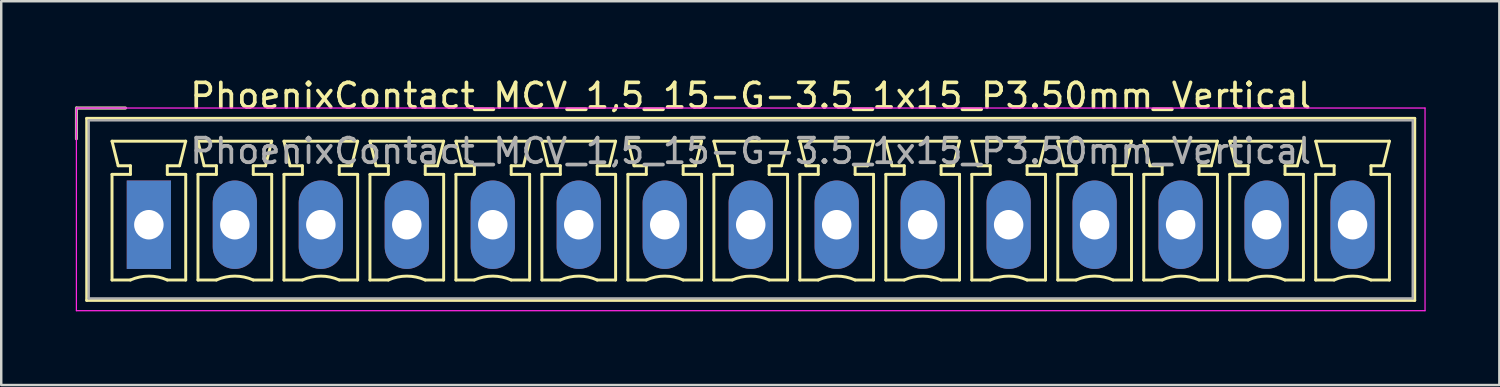
<source format=kicad_pcb>
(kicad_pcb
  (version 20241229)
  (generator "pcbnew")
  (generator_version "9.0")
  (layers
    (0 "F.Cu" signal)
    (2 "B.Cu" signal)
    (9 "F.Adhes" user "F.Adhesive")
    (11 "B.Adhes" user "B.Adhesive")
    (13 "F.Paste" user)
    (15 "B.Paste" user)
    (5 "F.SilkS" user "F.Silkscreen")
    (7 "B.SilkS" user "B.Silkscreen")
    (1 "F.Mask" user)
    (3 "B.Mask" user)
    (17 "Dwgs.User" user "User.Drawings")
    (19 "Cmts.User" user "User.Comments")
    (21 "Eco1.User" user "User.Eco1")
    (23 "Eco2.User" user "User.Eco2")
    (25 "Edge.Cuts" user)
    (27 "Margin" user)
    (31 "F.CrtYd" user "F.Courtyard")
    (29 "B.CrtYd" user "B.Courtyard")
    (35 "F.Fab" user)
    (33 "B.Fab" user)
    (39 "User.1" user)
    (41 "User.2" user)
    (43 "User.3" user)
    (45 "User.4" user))
  (footprint "PhoenixContact_MCV_1,5_15-G-3.5_1x15_P3.50mm_Vertical"
    (layer "F.Cu")
    (at 3.01 6.098)
    (property "Reference" "PhoenixContact_MCV_1,5_15-G-3.5_1x15_P3.50mm_Vertical" (at 24.5 -5.25 0) (layer "F.SilkS") (effects (font (size 1 1) (thickness 0.15))))
    (attr through_hole)
    (fp_line (start -2.95 -4.75) (end -0.95 -4.75) (stroke (width 0.12) (type solid)) (layer "F.SilkS"))
    (fp_line (start -2.95 -3.5) (end -2.95 -4.75) (stroke (width 0.12) (type solid)) (layer "F.SilkS"))
    (fp_line (start -2.53 -4.33) (end -2.53 3.08) (stroke (width 0.12) (type solid)) (layer "F.SilkS"))
    (fp_line (start -2.53 3.08) (end 51.53 3.08) (stroke (width 0.12) (type solid)) (layer "F.SilkS"))
    (fp_line (start -1.5 -3.4) (end 1.5 -3.4) (stroke (width 0.12) (type solid)) (layer "F.SilkS"))
    (fp_line (start -1.5 -2.05) (end -0.75 -2.05) (stroke (width 0.12) (type solid)) (layer "F.SilkS"))
    (fp_line (start -1.5 2.25) (end -1.5 -2.05) (stroke (width 0.12) (type solid)) (layer "F.SilkS"))
    (fp_line (start -1.25 -2.4) (end -1.5 -3.4) (stroke (width 0.12) (type solid)) (layer "F.SilkS"))
    (fp_line (start -0.75 -2.4) (end -1.25 -2.4) (stroke (width 0.12) (type solid)) (layer "F.SilkS"))
    (fp_line (start -0.75 -2.05) (end -0.75 -2.4) (stroke (width 0.12) (type solid)) (layer "F.SilkS"))
    (fp_line (start -0.75 2.25) (end -1.5 2.25) (stroke (width 0.12) (type solid)) (layer "F.SilkS"))
    (fp_line (start 0.75 -2.4) (end 0.75 -2.05) (stroke (width 0.12) (type solid)) (layer "F.SilkS"))
    (fp_line (start 0.75 -2.05) (end 1.5 -2.05) (stroke (width 0.12) (type solid)) (layer "F.SilkS"))
    (fp_line (start 1.25 -2.4) (end 0.75 -2.4) (stroke (width 0.12) (type solid)) (layer "F.SilkS"))
    (fp_line (start 1.5 -3.4) (end 1.25 -2.4) (stroke (width 0.12) (type solid)) (layer "F.SilkS"))
    (fp_line (start 1.5 -2.05) (end 1.5 2.25) (stroke (width 0.12) (type solid)) (layer "F.SilkS"))
    (fp_line (start 1.5 2.25) (end 0.75 2.25) (stroke (width 0.12) (type solid)) (layer "F.SilkS"))
    (fp_line (start 2 -3.4) (end 5 -3.4) (stroke (width 0.12) (type solid)) (layer "F.SilkS"))
    (fp_line (start 2 -2.05) (end 2.75 -2.05) (stroke (width 0.12) (type solid)) (layer "F.SilkS"))
    (fp_line (start 2 2.25) (end 2 -2.05) (stroke (width 0.12) (type solid)) (layer "F.SilkS"))
    (fp_line (start 2.25 -2.4) (end 2 -3.4) (stroke (width 0.12) (type solid)) (layer "F.SilkS"))
    (fp_line (start 2.75 -2.4) (end 2.25 -2.4) (stroke (width 0.12) (type solid)) (layer "F.SilkS"))
    (fp_line (start 2.75 -2.05) (end 2.75 -2.4) (stroke (width 0.12) (type solid)) (layer "F.SilkS"))
    (fp_line (start 2.75 2.25) (end 2 2.25) (stroke (width 0.12) (type solid)) (layer "F.SilkS"))
    (fp_line (start 4.25 -2.4) (end 4.25 -2.05) (stroke (width 0.12) (type solid)) (layer "F.SilkS"))
    (fp_line (start 4.25 -2.05) (end 5 -2.05) (stroke (width 0.12) (type solid)) (layer "F.SilkS"))
    (fp_line (start 4.75 -2.4) (end 4.25 -2.4) (stroke (width 0.12) (type solid)) (layer "F.SilkS"))
    (fp_line (start 5 -3.4) (end 4.75 -2.4) (stroke (width 0.12) (type solid)) (layer "F.SilkS"))
    (fp_line (start 5 -2.05) (end 5 2.25) (stroke (width 0.12) (type solid)) (layer "F.SilkS"))
    (fp_line (start 5 2.25) (end 4.25 2.25) (stroke (width 0.12) (type solid)) (layer "F.SilkS"))
    (fp_line (start 5.5 -3.4) (end 8.5 -3.4) (stroke (width 0.12) (type solid)) (layer "F.SilkS"))
    (fp_line (start 5.5 -2.05) (end 6.25 -2.05) (stroke (width 0.12) (type solid)) (layer "F.SilkS"))
    (fp_line (start 5.5 2.25) (end 5.5 -2.05) (stroke (width 0.12) (type solid)) (layer "F.SilkS"))
    (fp_line (start 5.75 -2.4) (end 5.5 -3.4) (stroke (width 0.12) (type solid)) (layer "F.SilkS"))
    (fp_line (start 6.25 -2.4) (end 5.75 -2.4) (stroke (width 0.12) (type solid)) (layer "F.SilkS"))
    (fp_line (start 6.25 -2.05) (end 6.25 -2.4) (stroke (width 0.12) (type solid)) (layer "F.SilkS"))
    (fp_line (start 6.25 2.25) (end 5.5 2.25) (stroke (width 0.12) (type solid)) (layer "F.SilkS"))
    (fp_line (start 7.75 -2.4) (end 7.75 -2.05) (stroke (width 0.12) (type solid)) (layer "F.SilkS"))
    (fp_line (start 7.75 -2.05) (end 8.5 -2.05) (stroke (width 0.12) (type solid)) (layer "F.SilkS"))
    (fp_line (start 8.25 -2.4) (end 7.75 -2.4) (stroke (width 0.12) (type solid)) (layer "F.SilkS"))
    (fp_line (start 8.5 -3.4) (end 8.25 -2.4) (stroke (width 0.12) (type solid)) (layer "F.SilkS"))
    (fp_line (start 8.5 -2.05) (end 8.5 2.25) (stroke (width 0.12) (type solid)) (layer "F.SilkS"))
    (fp_line (start 8.5 2.25) (end 7.75 2.25) (stroke (width 0.12) (type solid)) (layer "F.SilkS"))
    (fp_line (start 9 -3.4) (end 12 -3.4) (stroke (width 0.12) (type solid)) (layer "F.SilkS"))
    (fp_line (start 9 -2.05) (end 9.75 -2.05) (stroke (width 0.12) (type solid)) (layer "F.SilkS"))
    (fp_line (start 9 2.25) (end 9 -2.05) (stroke (width 0.12) (type solid)) (layer "F.SilkS"))
    (fp_line (start 9.25 -2.4) (end 9 -3.4) (stroke (width 0.12) (type solid)) (layer "F.SilkS"))
    (fp_line (start 9.75 -2.4) (end 9.25 -2.4) (stroke (width 0.12) (type solid)) (layer "F.SilkS"))
    (fp_line (start 9.75 -2.05) (end 9.75 -2.4) (stroke (width 0.12) (type solid)) (layer "F.SilkS"))
    (fp_line (start 9.75 2.25) (end 9 2.25) (stroke (width 0.12) (type solid)) (layer "F.SilkS"))
    (fp_line (start 11.25 -2.4) (end 11.25 -2.05) (stroke (width 0.12) (type solid)) (layer "F.SilkS"))
    (fp_line (start 11.25 -2.05) (end 12 -2.05) (stroke (width 0.12) (type solid)) (layer "F.SilkS"))
    (fp_line (start 11.75 -2.4) (end 11.25 -2.4) (stroke (width 0.12) (type solid)) (layer "F.SilkS"))
    (fp_line (start 12 -3.4) (end 11.75 -2.4) (stroke (width 0.12) (type solid)) (layer "F.SilkS"))
    (fp_line (start 12 -2.05) (end 12 2.25) (stroke (width 0.12) (type solid)) (layer "F.SilkS"))
    (fp_line (start 12 2.25) (end 11.25 2.25) (stroke (width 0.12) (type solid)) (layer "F.SilkS"))
    (fp_line (start 12.5 -3.4) (end 15.5 -3.4) (stroke (width 0.12) (type solid)) (layer "F.SilkS"))
    (fp_line (start 12.5 -2.05) (end 13.25 -2.05) (stroke (width 0.12) (type solid)) (layer "F.SilkS"))
    (fp_line (start 12.5 2.25) (end 12.5 -2.05) (stroke (width 0.12) (type solid)) (layer "F.SilkS"))
    (fp_line (start 12.75 -2.4) (end 12.5 -3.4) (stroke (width 0.12) (type solid)) (layer "F.SilkS"))
    (fp_line (start 13.25 -2.4) (end 12.75 -2.4) (stroke (width 0.12) (type solid)) (layer "F.SilkS"))
    (fp_line (start 13.25 -2.05) (end 13.25 -2.4) (stroke (width 0.12) (type solid)) (layer "F.SilkS"))
    (fp_line (start 13.25 2.25) (end 12.5 2.25) (stroke (width 0.12) (type solid)) (layer "F.SilkS"))
    (fp_line (start 14.75 -2.4) (end 14.75 -2.05) (stroke (width 0.12) (type solid)) (layer "F.SilkS"))
    (fp_line (start 14.75 -2.05) (end 15.5 -2.05) (stroke (width 0.12) (type solid)) (layer "F.SilkS"))
    (fp_line (start 15.25 -2.4) (end 14.75 -2.4) (stroke (width 0.12) (type solid)) (layer "F.SilkS"))
    (fp_line (start 15.5 -3.4) (end 15.25 -2.4) (stroke (width 0.12) (type solid)) (layer "F.SilkS"))
    (fp_line (start 15.5 -2.05) (end 15.5 2.25) (stroke (width 0.12) (type solid)) (layer "F.SilkS"))
    (fp_line (start 15.5 2.25) (end 14.75 2.25) (stroke (width 0.12) (type solid)) (layer "F.SilkS"))
    (fp_line (start 16 -3.4) (end 19 -3.4) (stroke (width 0.12) (type solid)) (layer "F.SilkS"))
    (fp_line (start 16 -2.05) (end 16.75 -2.05) (stroke (width 0.12) (type solid)) (layer "F.SilkS"))
    (fp_line (start 16 2.25) (end 16 -2.05) (stroke (width 0.12) (type solid)) (layer "F.SilkS"))
    (fp_line (start 16.25 -2.4) (end 16 -3.4) (stroke (width 0.12) (type solid)) (layer "F.SilkS"))
    (fp_line (start 16.75 -2.4) (end 16.25 -2.4) (stroke (width 0.12) (type solid)) (layer "F.SilkS"))
    (fp_line (start 16.75 -2.05) (end 16.75 -2.4) (stroke (width 0.12) (type solid)) (layer "F.SilkS"))
    (fp_line (start 16.75 2.25) (end 16 2.25) (stroke (width 0.12) (type solid)) (layer "F.SilkS"))
    (fp_line (start 18.25 -2.4) (end 18.25 -2.05) (stroke (width 0.12) (type solid)) (layer "F.SilkS"))
    (fp_line (start 18.25 -2.05) (end 19 -2.05) (stroke (width 0.12) (type solid)) (layer "F.SilkS"))
    (fp_line (start 18.75 -2.4) (end 18.25 -2.4) (stroke (width 0.12) (type solid)) (layer "F.SilkS"))
    (fp_line (start 19 -3.4) (end 18.75 -2.4) (stroke (width 0.12) (type solid)) (layer "F.SilkS"))
    (fp_line (start 19 -2.05) (end 19 2.25) (stroke (width 0.12) (type solid)) (layer "F.SilkS"))
    (fp_line (start 19 2.25) (end 18.25 2.25) (stroke (width 0.12) (type solid)) (layer "F.SilkS"))
    (fp_line (start 19.5 -3.4) (end 22.5 -3.4) (stroke (width 0.12) (type solid)) (layer "F.SilkS"))
    (fp_line (start 19.5 -2.05) (end 20.25 -2.05) (stroke (width 0.12) (type solid)) (layer "F.SilkS"))
    (fp_line (start 19.5 2.25) (end 19.5 -2.05) (stroke (width 0.12) (type solid)) (layer "F.SilkS"))
    (fp_line (start 19.75 -2.4) (end 19.5 -3.4) (stroke (width 0.12) (type solid)) (layer "F.SilkS"))
    (fp_line (start 20.25 -2.4) (end 19.75 -2.4) (stroke (width 0.12) (type solid)) (layer "F.SilkS"))
    (fp_line (start 20.25 -2.05) (end 20.25 -2.4) (stroke (width 0.12) (type solid)) (layer "F.SilkS"))
    (fp_line (start 20.25 2.25) (end 19.5 2.25) (stroke (width 0.12) (type solid)) (layer "F.SilkS"))
    (fp_line (start 21.75 -2.4) (end 21.75 -2.05) (stroke (width 0.12) (type solid)) (layer "F.SilkS"))
    (fp_line (start 21.75 -2.05) (end 22.5 -2.05) (stroke (width 0.12) (type solid)) (layer "F.SilkS"))
    (fp_line (start 22.25 -2.4) (end 21.75 -2.4) (stroke (width 0.12) (type solid)) (layer "F.SilkS"))
    (fp_line (start 22.5 -3.4) (end 22.25 -2.4) (stroke (width 0.12) (type solid)) (layer "F.SilkS"))
    (fp_line (start 22.5 -2.05) (end 22.5 2.25) (stroke (width 0.12) (type solid)) (layer "F.SilkS"))
    (fp_line (start 22.5 2.25) (end 21.75 2.25) (stroke (width 0.12) (type solid)) (layer "F.SilkS"))
    (fp_line (start 23 -3.4) (end 26 -3.4) (stroke (width 0.12) (type solid)) (layer "F.SilkS"))
    (fp_line (start 23 -2.05) (end 23.75 -2.05) (stroke (width 0.12) (type solid)) (layer "F.SilkS"))
    (fp_line (start 23 2.25) (end 23 -2.05) (stroke (width 0.12) (type solid)) (layer "F.SilkS"))
    (fp_line (start 23.25 -2.4) (end 23 -3.4) (stroke (width 0.12) (type solid)) (layer "F.SilkS"))
    (fp_line (start 23.75 -2.4) (end 23.25 -2.4) (stroke (width 0.12) (type solid)) (layer "F.SilkS"))
    (fp_line (start 23.75 -2.05) (end 23.75 -2.4) (stroke (width 0.12) (type solid)) (layer "F.SilkS"))
    (fp_line (start 23.75 2.25) (end 23 2.25) (stroke (width 0.12) (type solid)) (layer "F.SilkS"))
    (fp_line (start 25.25 -2.4) (end 25.25 -2.05) (stroke (width 0.12) (type solid)) (layer "F.SilkS"))
    (fp_line (start 25.25 -2.05) (end 26 -2.05) (stroke (width 0.12) (type solid)) (layer "F.SilkS"))
    (fp_line (start 25.75 -2.4) (end 25.25 -2.4) (stroke (width 0.12) (type solid)) (layer "F.SilkS"))
    (fp_line (start 26 -3.4) (end 25.75 -2.4) (stroke (width 0.12) (type solid)) (layer "F.SilkS"))
    (fp_line (start 26 -2.05) (end 26 2.25) (stroke (width 0.12) (type solid)) (layer "F.SilkS"))
    (fp_line (start 26 2.25) (end 25.25 2.25) (stroke (width 0.12) (type solid)) (layer "F.SilkS"))
    (fp_line (start 26.5 -3.4) (end 29.5 -3.4) (stroke (width 0.12) (type solid)) (layer "F.SilkS"))
    (fp_line (start 26.5 -2.05) (end 27.25 -2.05) (stroke (width 0.12) (type solid)) (layer "F.SilkS"))
    (fp_line (start 26.5 2.25) (end 26.5 -2.05) (stroke (width 0.12) (type solid)) (layer "F.SilkS"))
    (fp_line (start 26.75 -2.4) (end 26.5 -3.4) (stroke (width 0.12) (type solid)) (layer "F.SilkS"))
    (fp_line (start 27.25 -2.4) (end 26.75 -2.4) (stroke (width 0.12) (type solid)) (layer "F.SilkS"))
    (fp_line (start 27.25 -2.05) (end 27.25 -2.4) (stroke (width 0.12) (type solid)) (layer "F.SilkS"))
    (fp_line (start 27.25 2.25) (end 26.5 2.25) (stroke (width 0.12) (type solid)) (layer "F.SilkS"))
    (fp_line (start 28.75 -2.4) (end 28.75 -2.05) (stroke (width 0.12) (type solid)) (layer "F.SilkS"))
    (fp_line (start 28.75 -2.05) (end 29.5 -2.05) (stroke (width 0.12) (type solid)) (layer "F.SilkS"))
    (fp_line (start 29.25 -2.4) (end 28.75 -2.4) (stroke (width 0.12) (type solid)) (layer "F.SilkS"))
    (fp_line (start 29.5 -3.4) (end 29.25 -2.4) (stroke (width 0.12) (type solid)) (layer "F.SilkS"))
    (fp_line (start 29.5 -2.05) (end 29.5 2.25) (stroke (width 0.12) (type solid)) (layer "F.SilkS"))
    (fp_line (start 29.5 2.25) (end 28.75 2.25) (stroke (width 0.12) (type solid)) (layer "F.SilkS"))
    (fp_line (start 30 -3.4) (end 33 -3.4) (stroke (width 0.12) (type solid)) (layer "F.SilkS"))
    (fp_line (start 30 -2.05) (end 30.75 -2.05) (stroke (width 0.12) (type solid)) (layer "F.SilkS"))
    (fp_line (start 30 2.25) (end 30 -2.05) (stroke (width 0.12) (type solid)) (layer "F.SilkS"))
    (fp_line (start 30.25 -2.4) (end 30 -3.4) (stroke (width 0.12) (type solid)) (layer "F.SilkS"))
    (fp_line (start 30.75 -2.4) (end 30.25 -2.4) (stroke (width 0.12) (type solid)) (layer "F.SilkS"))
    (fp_line (start 30.75 -2.05) (end 30.75 -2.4) (stroke (width 0.12) (type solid)) (layer "F.SilkS"))
    (fp_line (start 30.75 2.25) (end 30 2.25) (stroke (width 0.12) (type solid)) (layer "F.SilkS"))
    (fp_line (start 32.25 -2.4) (end 32.25 -2.05) (stroke (width 0.12) (type solid)) (layer "F.SilkS"))
    (fp_line (start 32.25 -2.05) (end 33 -2.05) (stroke (width 0.12) (type solid)) (layer "F.SilkS"))
    (fp_line (start 32.75 -2.4) (end 32.25 -2.4) (stroke (width 0.12) (type solid)) (layer "F.SilkS"))
    (fp_line (start 33 -3.4) (end 32.75 -2.4) (stroke (width 0.12) (type solid)) (layer "F.SilkS"))
    (fp_line (start 33 -2.05) (end 33 2.25) (stroke (width 0.12) (type solid)) (layer "F.SilkS"))
    (fp_line (start 33 2.25) (end 32.25 2.25) (stroke (width 0.12) (type solid)) (layer "F.SilkS"))
    (fp_line (start 33.5 -3.4) (end 36.5 -3.4) (stroke (width 0.12) (type solid)) (layer "F.SilkS"))
    (fp_line (start 33.5 -2.05) (end 34.25 -2.05) (stroke (width 0.12) (type solid)) (layer "F.SilkS"))
    (fp_line (start 33.5 2.25) (end 33.5 -2.05) (stroke (width 0.12) (type solid)) (layer "F.SilkS"))
    (fp_line (start 33.75 -2.4) (end 33.5 -3.4) (stroke (width 0.12) (type solid)) (layer "F.SilkS"))
    (fp_line (start 34.25 -2.4) (end 33.75 -2.4) (stroke (width 0.12) (type solid)) (layer "F.SilkS"))
    (fp_line (start 34.25 -2.05) (end 34.25 -2.4) (stroke (width 0.12) (type solid)) (layer "F.SilkS"))
    (fp_line (start 34.25 2.25) (end 33.5 2.25) (stroke (width 0.12) (type solid)) (layer "F.SilkS"))
    (fp_line (start 35.75 -2.4) (end 35.75 -2.05) (stroke (width 0.12) (type solid)) (layer "F.SilkS"))
    (fp_line (start 35.75 -2.05) (end 36.5 -2.05) (stroke (width 0.12) (type solid)) (layer "F.SilkS"))
    (fp_line (start 36.25 -2.4) (end 35.75 -2.4) (stroke (width 0.12) (type solid)) (layer "F.SilkS"))
    (fp_line (start 36.5 -3.4) (end 36.25 -2.4) (stroke (width 0.12) (type solid)) (layer "F.SilkS"))
    (fp_line (start 36.5 -2.05) (end 36.5 2.25) (stroke (width 0.12) (type solid)) (layer "F.SilkS"))
    (fp_line (start 36.5 2.25) (end 35.75 2.25) (stroke (width 0.12) (type solid)) (layer "F.SilkS"))
    (fp_line (start 37 -3.4) (end 40 -3.4) (stroke (width 0.12) (type solid)) (layer "F.SilkS"))
    (fp_line (start 37 -2.05) (end 37.75 -2.05) (stroke (width 0.12) (type solid)) (layer "F.SilkS"))
    (fp_line (start 37 2.25) (end 37 -2.05) (stroke (width 0.12) (type solid)) (layer "F.SilkS"))
    (fp_line (start 37.25 -2.4) (end 37 -3.4) (stroke (width 0.12) (type solid)) (layer "F.SilkS"))
    (fp_line (start 37.75 -2.4) (end 37.25 -2.4) (stroke (width 0.12) (type solid)) (layer "F.SilkS"))
    (fp_line (start 37.75 -2.05) (end 37.75 -2.4) (stroke (width 0.12) (type solid)) (layer "F.SilkS"))
    (fp_line (start 37.75 2.25) (end 37 2.25) (stroke (width 0.12) (type solid)) (layer "F.SilkS"))
    (fp_line (start 39.25 -2.4) (end 39.25 -2.05) (stroke (width 0.12) (type solid)) (layer "F.SilkS"))
    (fp_line (start 39.25 -2.05) (end 40 -2.05) (stroke (width 0.12) (type solid)) (layer "F.SilkS"))
    (fp_line (start 39.75 -2.4) (end 39.25 -2.4) (stroke (width 0.12) (type solid)) (layer "F.SilkS"))
    (fp_line (start 40 -3.4) (end 39.75 -2.4) (stroke (width 0.12) (type solid)) (layer "F.SilkS"))
    (fp_line (start 40 -2.05) (end 40 2.25) (stroke (width 0.12) (type solid)) (layer "F.SilkS"))
    (fp_line (start 40 2.25) (end 39.25 2.25) (stroke (width 0.12) (type solid)) (layer "F.SilkS"))
    (fp_line (start 40.5 -3.4) (end 43.5 -3.4) (stroke (width 0.12) (type solid)) (layer "F.SilkS"))
    (fp_line (start 40.5 -2.05) (end 41.25 -2.05) (stroke (width 0.12) (type solid)) (layer "F.SilkS"))
    (fp_line (start 40.5 2.25) (end 40.5 -2.05) (stroke (width 0.12) (type solid)) (layer "F.SilkS"))
    (fp_line (start 40.75 -2.4) (end 40.5 -3.4) (stroke (width 0.12) (type solid)) (layer "F.SilkS"))
    (fp_line (start 41.25 -2.4) (end 40.75 -2.4) (stroke (width 0.12) (type solid)) (layer "F.SilkS"))
    (fp_line (start 41.25 -2.05) (end 41.25 -2.4) (stroke (width 0.12) (type solid)) (layer "F.SilkS"))
    (fp_line (start 41.25 2.25) (end 40.5 2.25) (stroke (width 0.12) (type solid)) (layer "F.SilkS"))
    (fp_line (start 42.75 -2.4) (end 42.75 -2.05) (stroke (width 0.12) (type solid)) (layer "F.SilkS"))
    (fp_line (start 42.75 -2.05) (end 43.5 -2.05) (stroke (width 0.12) (type solid)) (layer "F.SilkS"))
    (fp_line (start 43.25 -2.4) (end 42.75 -2.4) (stroke (width 0.12) (type solid)) (layer "F.SilkS"))
    (fp_line (start 43.5 -3.4) (end 43.25 -2.4) (stroke (width 0.12) (type solid)) (layer "F.SilkS"))
    (fp_line (start 43.5 -2.05) (end 43.5 2.25) (stroke (width 0.12) (type solid)) (layer "F.SilkS"))
    (fp_line (start 43.5 2.25) (end 42.75 2.25) (stroke (width 0.12) (type solid)) (layer "F.SilkS"))
    (fp_line (start 44 -3.4) (end 47 -3.4) (stroke (width 0.12) (type solid)) (layer "F.SilkS"))
    (fp_line (start 44 -2.05) (end 44.75 -2.05) (stroke (width 0.12) (type solid)) (layer "F.SilkS"))
    (fp_line (start 44 2.25) (end 44 -2.05) (stroke (width 0.12) (type solid)) (layer "F.SilkS"))
    (fp_line (start 44.25 -2.4) (end 44 -3.4) (stroke (width 0.12) (type solid)) (layer "F.SilkS"))
    (fp_line (start 44.75 -2.4) (end 44.25 -2.4) (stroke (width 0.12) (type solid)) (layer "F.SilkS"))
    (fp_line (start 44.75 -2.05) (end 44.75 -2.4) (stroke (width 0.12) (type solid)) (layer "F.SilkS"))
    (fp_line (start 44.75 2.25) (end 44 2.25) (stroke (width 0.12) (type solid)) (layer "F.SilkS"))
    (fp_line (start 46.25 -2.4) (end 46.25 -2.05) (stroke (width 0.12) (type solid)) (layer "F.SilkS"))
    (fp_line (start 46.25 -2.05) (end 47 -2.05) (stroke (width 0.12) (type solid)) (layer "F.SilkS"))
    (fp_line (start 46.75 -2.4) (end 46.25 -2.4) (stroke (width 0.12) (type solid)) (layer "F.SilkS"))
    (fp_line (start 47 -3.4) (end 46.75 -2.4) (stroke (width 0.12) (type solid)) (layer "F.SilkS"))
    (fp_line (start 47 -2.05) (end 47 2.25) (stroke (width 0.12) (type solid)) (layer "F.SilkS"))
    (fp_line (start 47 2.25) (end 46.25 2.25) (stroke (width 0.12) (type solid)) (layer "F.SilkS"))
    (fp_line (start 47.5 -3.4) (end 50.5 -3.4) (stroke (width 0.12) (type solid)) (layer "F.SilkS"))
    (fp_line (start 47.5 -2.05) (end 48.25 -2.05) (stroke (width 0.12) (type solid)) (layer "F.SilkS"))
    (fp_line (start 47.5 2.25) (end 47.5 -2.05) (stroke (width 0.12) (type solid)) (layer "F.SilkS"))
    (fp_line (start 47.75 -2.4) (end 47.5 -3.4) (stroke (width 0.12) (type solid)) (layer "F.SilkS"))
    (fp_line (start 48.25 -2.4) (end 47.75 -2.4) (stroke (width 0.12) (type solid)) (layer "F.SilkS"))
    (fp_line (start 48.25 -2.05) (end 48.25 -2.4) (stroke (width 0.12) (type solid)) (layer "F.SilkS"))
    (fp_line (start 48.25 2.25) (end 47.5 2.25) (stroke (width 0.12) (type solid)) (layer "F.SilkS"))
    (fp_line (start 49.75 -2.4) (end 49.75 -2.05) (stroke (width 0.12) (type solid)) (layer "F.SilkS"))
    (fp_line (start 49.75 -2.05) (end 50.5 -2.05) (stroke (width 0.12) (type solid)) (layer "F.SilkS"))
    (fp_line (start 50.25 -2.4) (end 49.75 -2.4) (stroke (width 0.12) (type solid)) (layer "F.SilkS"))
    (fp_line (start 50.5 -3.4) (end 50.25 -2.4) (stroke (width 0.12) (type solid)) (layer "F.SilkS"))
    (fp_line (start 50.5 -2.05) (end 50.5 2.25) (stroke (width 0.12) (type solid)) (layer "F.SilkS"))
    (fp_line (start 50.5 2.25) (end 49.75 2.25) (stroke (width 0.12) (type solid)) (layer "F.SilkS"))
    (fp_line (start 51.53 -4.33) (end -2.53 -4.33) (stroke (width 0.12) (type solid)) (layer "F.SilkS"))
    (fp_line (start 51.53 3.08) (end 51.53 -4.33) (stroke (width 0.12) (type solid)) (layer "F.SilkS"))
    (fp_arc (start -0.75 2.25) (mid -0.000193 2.09191) (end 0.749647 2.249844) (stroke (width 0.12) (type solid)) (layer "F.SilkS"))
    (fp_arc (start 2.75 2.25) (mid 3.499807 2.09191) (end 4.249647 2.249844) (stroke (width 0.12) (type solid)) (layer "F.SilkS"))
    (fp_arc (start 6.25 2.25) (mid 6.999807 2.09191) (end 7.749647 2.249844) (stroke (width 0.12) (type solid)) (layer "F.SilkS"))
    (fp_arc (start 9.75 2.25) (mid 10.499807 2.09191) (end 11.249647 2.249844) (stroke (width 0.12) (type solid)) (layer "F.SilkS"))
    (fp_arc (start 13.25 2.25) (mid 13.999807 2.09191) (end 14.749647 2.249844) (stroke (width 0.12) (type solid)) (layer "F.SilkS"))
    (fp_arc (start 16.75 2.25) (mid 17.499807 2.09191) (end 18.249647 2.249844) (stroke (width 0.12) (type solid)) (layer "F.SilkS"))
    (fp_arc (start 20.25 2.25) (mid 20.999807 2.09191) (end 21.749647 2.249844) (stroke (width 0.12) (type solid)) (layer "F.SilkS"))
    (fp_arc (start 23.75 2.25) (mid 24.499807 2.09191) (end 25.249647 2.249844) (stroke (width 0.12) (type solid)) (layer "F.SilkS"))
    (fp_arc (start 27.25 2.25) (mid 27.999807 2.09191) (end 28.749647 2.249844) (stroke (width 0.12) (type solid)) (layer "F.SilkS"))
    (fp_arc (start 30.75 2.25) (mid 31.499807 2.09191) (end 32.249647 2.249844) (stroke (width 0.12) (type solid)) (layer "F.SilkS"))
    (fp_arc (start 34.25 2.25) (mid 34.999807 2.09191) (end 35.749647 2.249844) (stroke (width 0.12) (type solid)) (layer "F.SilkS"))
    (fp_arc (start 37.75 2.25) (mid 38.499807 2.09191) (end 39.249647 2.249844) (stroke (width 0.12) (type solid)) (layer "F.SilkS"))
    (fp_arc (start 41.25 2.25) (mid 41.999807 2.09191) (end 42.749647 2.249844) (stroke (width 0.12) (type solid)) (layer "F.SilkS"))
    (fp_arc (start 44.75 2.25) (mid 45.499807 2.09191) (end 46.249647 2.249844) (stroke (width 0.12) (type solid)) (layer "F.SilkS"))
    (fp_arc (start 48.25 2.25) (mid 48.999807 2.09191) (end 49.749647 2.249844) (stroke (width 0.12) (type solid)) (layer "F.SilkS"))
    (fp_line (start -2.95 -4.75) (end -2.95 3.5) (stroke (width 0.05) (type solid)) (layer "F.CrtYd"))
    (fp_line (start -2.95 3.5) (end 51.95 3.5) (stroke (width 0.05) (type solid)) (layer "F.CrtYd"))
    (fp_line (start 51.95 -4.75) (end -2.95 -4.75) (stroke (width 0.05) (type solid)) (layer "F.CrtYd"))
    (fp_line (start 51.95 3.5) (end 51.95 -4.75) (stroke (width 0.05) (type solid)) (layer "F.CrtYd"))
    (fp_line (start -2.95 -4.75) (end -0.95 -4.75) (stroke (width 0.1) (type solid)) (layer "F.Fab"))
    (fp_line (start -2.95 -3.5) (end -2.95 -4.75) (stroke (width 0.1) (type solid)) (layer "F.Fab"))
    (fp_line (start -2.45 -4.25) (end -2.45 3) (stroke (width 0.1) (type solid)) (layer "F.Fab"))
    (fp_line (start -2.45 3) (end 51.45 3) (stroke (width 0.1) (type solid)) (layer "F.Fab"))
    (fp_line (start 51.45 -4.25) (end -2.45 -4.25) (stroke (width 0.1) (type solid)) (layer "F.Fab"))
    (fp_line (start 51.45 3) (end 51.45 -4.25) (stroke (width 0.1) (type solid)) (layer "F.Fab"))
    (fp_text user "${REFERENCE}" (at 24.5 -3 0) (layer "F.Fab") (effects (font (size 1 1) (thickness 0.15))))
    (pad "1" thru_hole rect (at 0 0) (size 1.8 3.6) (drill 1.2) (layers "*.Cu" "*.Mask"))
    (pad "2" thru_hole oval (at 3.5 0) (size 1.8 3.6) (drill 1.2) (layers "*.Cu" "*.Mask"))
    (pad "3" thru_hole oval (at 7 0) (size 1.8 3.6) (drill 1.2) (layers "*.Cu" "*.Mask"))
    (pad "4" thru_hole oval (at 10.5 0) (size 1.8 3.6) (drill 1.2) (layers "*.Cu" "*.Mask"))
    (pad "5" thru_hole oval (at 14 0) (size 1.8 3.6) (drill 1.2) (layers "*.Cu" "*.Mask"))
    (pad "6" thru_hole oval (at 17.5 0) (size 1.8 3.6) (drill 1.2) (layers "*.Cu" "*.Mask"))
    (pad "7" thru_hole oval (at 21 0) (size 1.8 3.6) (drill 1.2) (layers "*.Cu" "*.Mask"))
    (pad "8" thru_hole oval (at 24.5 0) (size 1.8 3.6) (drill 1.2) (layers "*.Cu" "*.Mask"))
    (pad "9" thru_hole oval (at 28 0) (size 1.8 3.6) (drill 1.2) (layers "*.Cu" "*.Mask"))
    (pad "10" thru_hole oval (at 31.5 0) (size 1.8 3.6) (drill 1.2) (layers "*.Cu" "*.Mask"))
    (pad "11" thru_hole oval (at 35 0) (size 1.8 3.6) (drill 1.2) (layers "*.Cu" "*.Mask"))
    (pad "12" thru_hole oval (at 38.5 0) (size 1.8 3.6) (drill 1.2) (layers "*.Cu" "*.Mask"))
    (pad "13" thru_hole oval (at 42 0) (size 1.8 3.6) (drill 1.2) (layers "*.Cu" "*.Mask"))
    (pad "14" thru_hole oval (at 45.5 0) (size 1.8 3.6) (drill 1.2) (layers "*.Cu" "*.Mask"))
    (pad "15" thru_hole oval (at 49 0) (size 1.8 3.6) (drill 1.2) (layers "*.Cu" "*.Mask")))
  (gr_rect
    (start -3 -3)
    (end 57.985 12.623)
    (stroke (width 0.1) (type default))
    (fill no)
    (layer "Edge.Cuts")))
</source>
